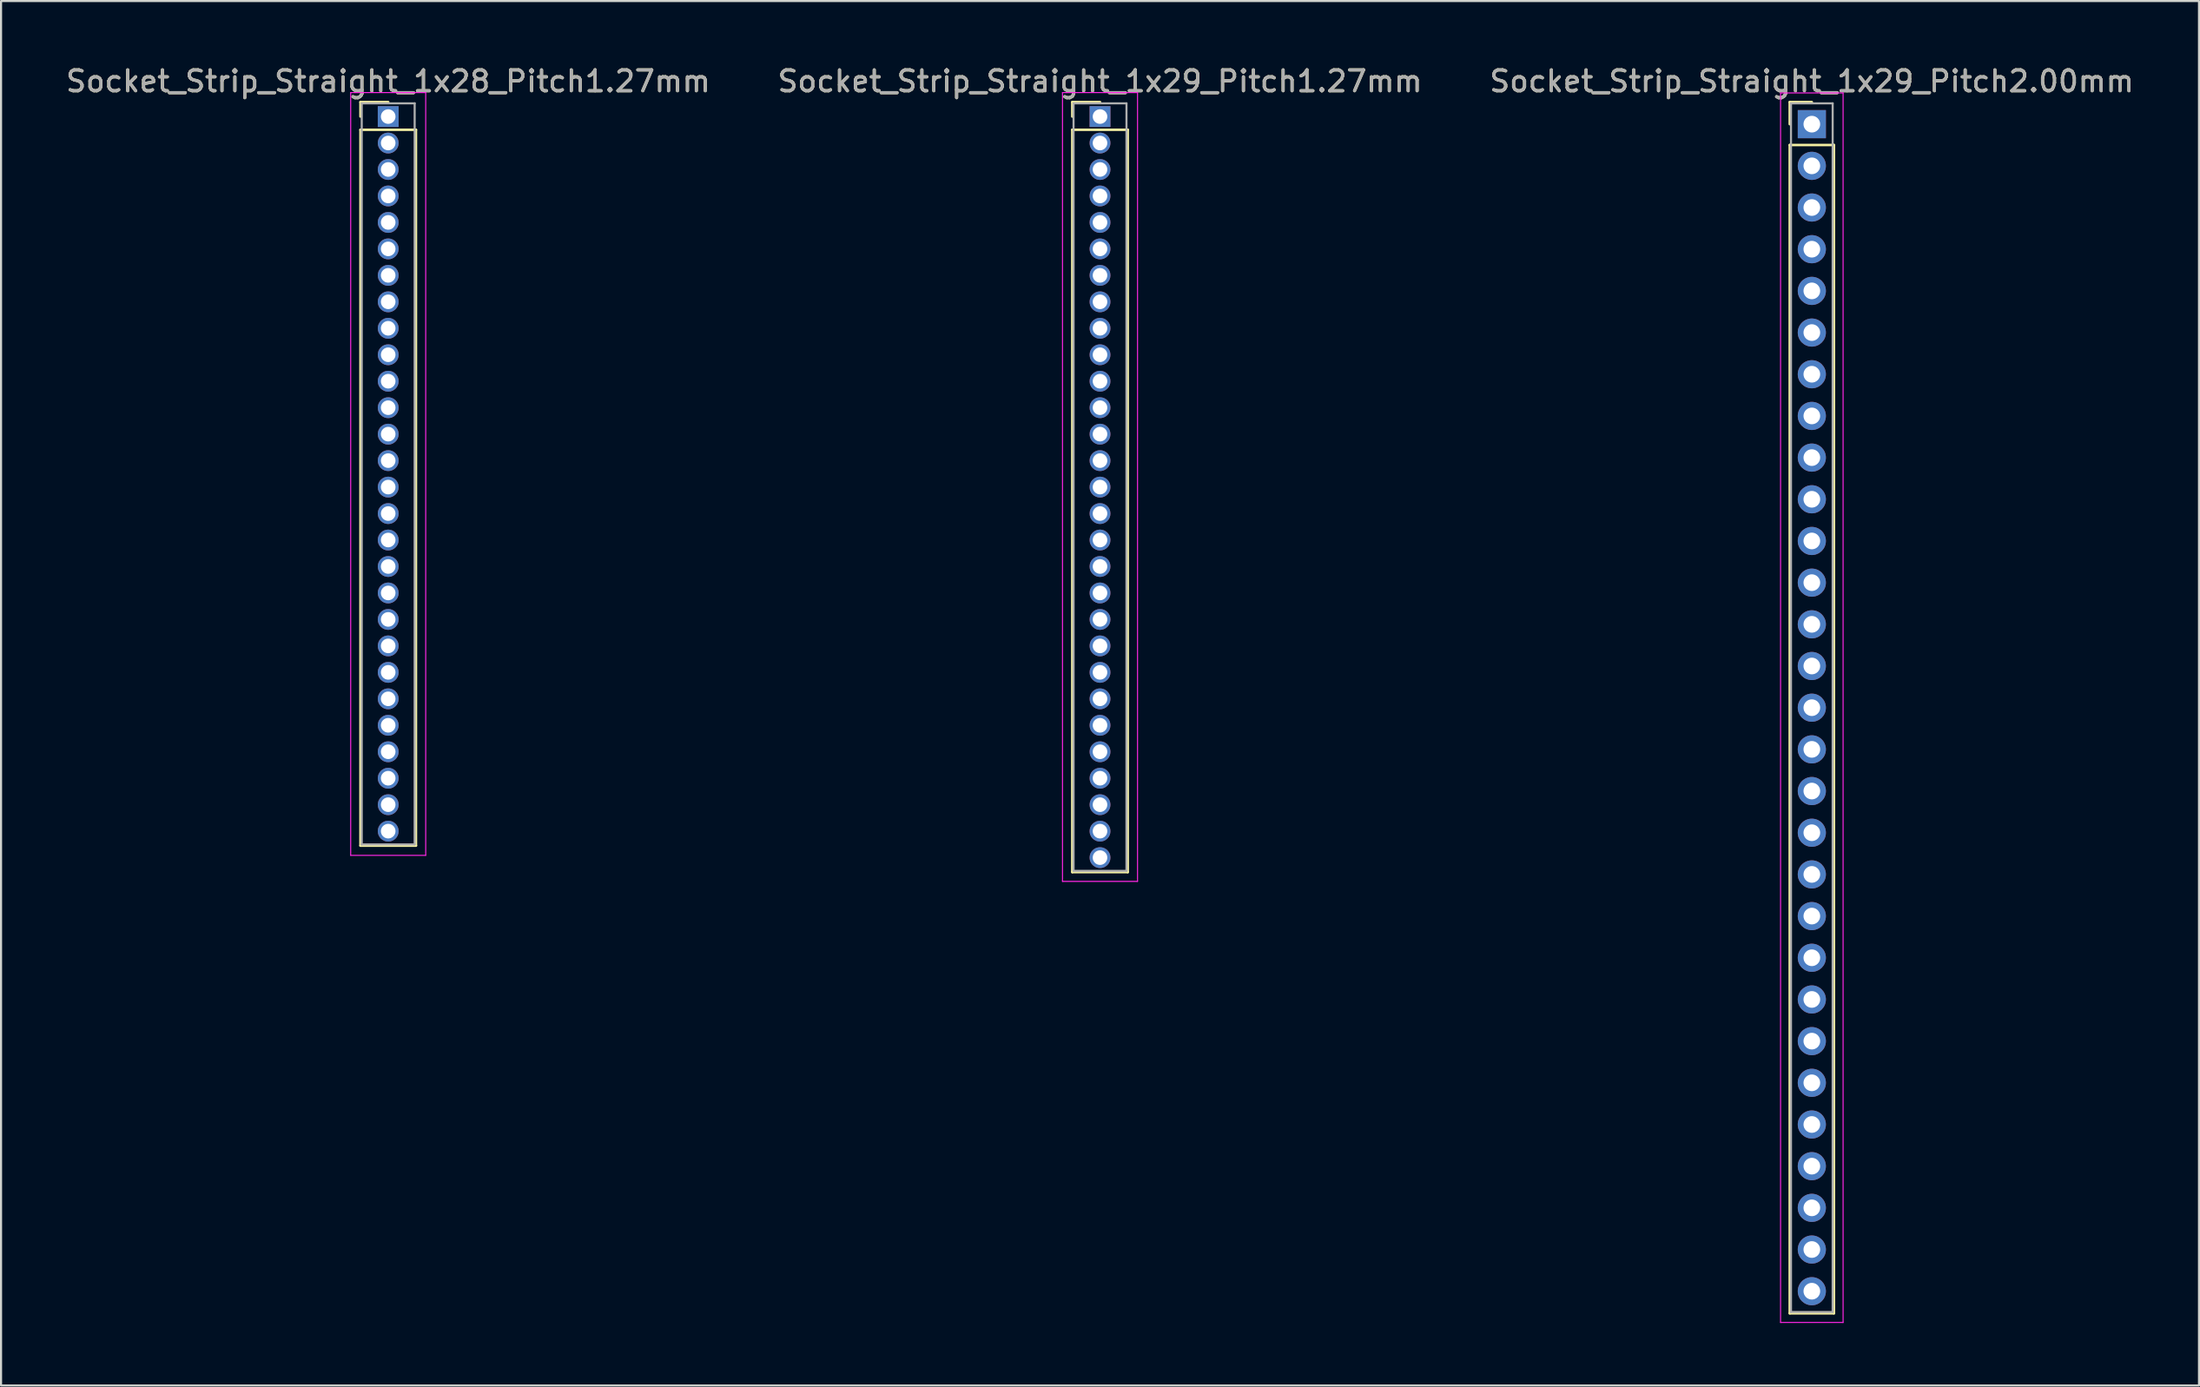
<source format=kicad_pcb>
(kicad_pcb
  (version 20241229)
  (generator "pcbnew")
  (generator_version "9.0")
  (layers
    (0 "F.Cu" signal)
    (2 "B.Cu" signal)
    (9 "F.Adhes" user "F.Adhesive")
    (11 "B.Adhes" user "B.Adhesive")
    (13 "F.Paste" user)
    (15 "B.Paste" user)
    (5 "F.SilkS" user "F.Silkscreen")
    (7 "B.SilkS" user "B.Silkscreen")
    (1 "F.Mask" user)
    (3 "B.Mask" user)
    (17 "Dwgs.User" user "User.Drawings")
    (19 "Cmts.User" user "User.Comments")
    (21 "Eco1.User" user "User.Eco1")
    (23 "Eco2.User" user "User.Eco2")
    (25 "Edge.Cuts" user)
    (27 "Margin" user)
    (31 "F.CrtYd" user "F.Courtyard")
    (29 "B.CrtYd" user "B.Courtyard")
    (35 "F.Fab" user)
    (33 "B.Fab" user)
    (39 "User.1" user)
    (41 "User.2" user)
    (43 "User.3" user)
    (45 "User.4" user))
  (footprint "Socket_Strip_Straight_1x28_Pitch1.27mm"
    (layer "F.Cu")
    (at 15.577 2.543)
    (property "Reference" "Socket_Strip_Straight_1x28_Pitch1.27mm" (at 0 -1.695 0) (layer "F.SilkS") (effects (font (size 1 1) (thickness 0.15))))
    (attr through_hole)
    (fp_line (start -1.33 -0.695) (end 0 -0.695) (stroke (width 0.12) (type solid)) (layer "F.SilkS"))
    (fp_line (start -1.33 0) (end -1.33 -0.695) (stroke (width 0.12) (type solid)) (layer "F.SilkS"))
    (fp_line (start -1.33 0.635) (end -1.33 34.985) (stroke (width 0.12) (type solid)) (layer "F.SilkS"))
    (fp_line (start -1.33 34.985) (end 1.33 34.985) (stroke (width 0.12) (type solid)) (layer "F.SilkS"))
    (fp_line (start 1.33 0.635) (end -1.33 0.635) (stroke (width 0.12) (type solid)) (layer "F.SilkS"))
    (fp_line (start 1.33 34.985) (end 1.33 0.635) (stroke (width 0.12) (type solid)) (layer "F.SilkS"))
    (fp_line (start -1.8 -1.15) (end -1.8 35.45) (stroke (width 0.05) (type solid)) (layer "F.CrtYd"))
    (fp_line (start -1.8 35.45) (end 1.8 35.45) (stroke (width 0.05) (type solid)) (layer "F.CrtYd"))
    (fp_line (start 1.8 -1.15) (end -1.8 -1.15) (stroke (width 0.05) (type solid)) (layer "F.CrtYd"))
    (fp_line (start 1.8 35.45) (end 1.8 -1.15) (stroke (width 0.05) (type solid)) (layer "F.CrtYd"))
    (fp_line (start -1.27 -0.635) (end -1.27 34.925) (stroke (width 0.1) (type solid)) (layer "F.Fab"))
    (fp_line (start -1.27 34.925) (end 1.27 34.925) (stroke (width 0.1) (type solid)) (layer "F.Fab"))
    (fp_line (start 1.27 -0.635) (end -1.27 -0.635) (stroke (width 0.1) (type solid)) (layer "F.Fab"))
    (fp_line (start 1.27 34.925) (end 1.27 -0.635) (stroke (width 0.1) (type solid)) (layer "F.Fab"))
    (fp_text user "${REFERENCE}" (at 0 -1.695 0) (layer "F.Fab") (effects (font (size 1 1) (thickness 0.15))))
    (pad "1" thru_hole rect (at 0 0) (size 1 1) (drill 0.7) (layers "*.Cu" "*.Mask"))
    (pad "2" thru_hole oval (at 0 1.27) (size 1 1) (drill 0.7) (layers "*.Cu" "*.Mask"))
    (pad "3" thru_hole oval (at 0 2.54) (size 1 1) (drill 0.7) (layers "*.Cu" "*.Mask"))
    (pad "4" thru_hole oval (at 0 3.81) (size 1 1) (drill 0.7) (layers "*.Cu" "*.Mask"))
    (pad "5" thru_hole oval (at 0 5.08) (size 1 1) (drill 0.7) (layers "*.Cu" "*.Mask"))
    (pad "6" thru_hole oval (at 0 6.35) (size 1 1) (drill 0.7) (layers "*.Cu" "*.Mask"))
    (pad "7" thru_hole oval (at 0 7.62) (size 1 1) (drill 0.7) (layers "*.Cu" "*.Mask"))
    (pad "8" thru_hole oval (at 0 8.89) (size 1 1) (drill 0.7) (layers "*.Cu" "*.Mask"))
    (pad "9" thru_hole oval (at 0 10.16) (size 1 1) (drill 0.7) (layers "*.Cu" "*.Mask"))
    (pad "10" thru_hole oval (at 0 11.43) (size 1 1) (drill 0.7) (layers "*.Cu" "*.Mask"))
    (pad "11" thru_hole oval (at 0 12.7) (size 1 1) (drill 0.7) (layers "*.Cu" "*.Mask"))
    (pad "12" thru_hole oval (at 0 13.97) (size 1 1) (drill 0.7) (layers "*.Cu" "*.Mask"))
    (pad "13" thru_hole oval (at 0 15.24) (size 1 1) (drill 0.7) (layers "*.Cu" "*.Mask"))
    (pad "14" thru_hole oval (at 0 16.51) (size 1 1) (drill 0.7) (layers "*.Cu" "*.Mask"))
    (pad "15" thru_hole oval (at 0 17.78) (size 1 1) (drill 0.7) (layers "*.Cu" "*.Mask"))
    (pad "16" thru_hole oval (at 0 19.05) (size 1 1) (drill 0.7) (layers "*.Cu" "*.Mask"))
    (pad "17" thru_hole oval (at 0 20.32) (size 1 1) (drill 0.7) (layers "*.Cu" "*.Mask"))
    (pad "18" thru_hole oval (at 0 21.59) (size 1 1) (drill 0.7) (layers "*.Cu" "*.Mask"))
    (pad "19" thru_hole oval (at 0 22.86) (size 1 1) (drill 0.7) (layers "*.Cu" "*.Mask"))
    (pad "20" thru_hole oval (at 0 24.13) (size 1 1) (drill 0.7) (layers "*.Cu" "*.Mask"))
    (pad "21" thru_hole oval (at 0 25.4) (size 1 1) (drill 0.7) (layers "*.Cu" "*.Mask"))
    (pad "22" thru_hole oval (at 0 26.67) (size 1 1) (drill 0.7) (layers "*.Cu" "*.Mask"))
    (pad "23" thru_hole oval (at 0 27.94) (size 1 1) (drill 0.7) (layers "*.Cu" "*.Mask"))
    (pad "24" thru_hole oval (at 0 29.21) (size 1 1) (drill 0.7) (layers "*.Cu" "*.Mask"))
    (pad "25" thru_hole oval (at 0 30.48) (size 1 1) (drill 0.7) (layers "*.Cu" "*.Mask"))
    (pad "26" thru_hole oval (at 0 31.75) (size 1 1) (drill 0.7) (layers "*.Cu" "*.Mask"))
    (pad "27" thru_hole oval (at 0 33.02) (size 1 1) (drill 0.7) (layers "*.Cu" "*.Mask"))
    (pad "28" thru_hole oval (at 0 34.29) (size 1 1) (drill 0.7) (layers "*.Cu" "*.Mask")))
  (footprint "Socket_Strip_Straight_1x29_Pitch1.27mm"
    (layer "F.Cu")
    (at 49.732 2.543)
    (property "Reference" "Socket_Strip_Straight_1x29_Pitch1.27mm" (at 0 -1.695 0) (layer "F.SilkS") (effects (font (size 1 1) (thickness 0.15))))
    (attr through_hole)
    (fp_line (start -1.33 -0.695) (end 0 -0.695) (stroke (width 0.12) (type solid)) (layer "F.SilkS"))
    (fp_line (start -1.33 0) (end -1.33 -0.695) (stroke (width 0.12) (type solid)) (layer "F.SilkS"))
    (fp_line (start -1.33 0.635) (end -1.33 36.255) (stroke (width 0.12) (type solid)) (layer "F.SilkS"))
    (fp_line (start -1.33 36.255) (end 1.33 36.255) (stroke (width 0.12) (type solid)) (layer "F.SilkS"))
    (fp_line (start 1.33 0.635) (end -1.33 0.635) (stroke (width 0.12) (type solid)) (layer "F.SilkS"))
    (fp_line (start 1.33 36.255) (end 1.33 0.635) (stroke (width 0.12) (type solid)) (layer "F.SilkS"))
    (fp_line (start -1.8 -1.15) (end -1.8 36.7) (stroke (width 0.05) (type solid)) (layer "F.CrtYd"))
    (fp_line (start -1.8 36.7) (end 1.8 36.7) (stroke (width 0.05) (type solid)) (layer "F.CrtYd"))
    (fp_line (start 1.8 -1.15) (end -1.8 -1.15) (stroke (width 0.05) (type solid)) (layer "F.CrtYd"))
    (fp_line (start 1.8 36.7) (end 1.8 -1.15) (stroke (width 0.05) (type solid)) (layer "F.CrtYd"))
    (fp_line (start -1.27 -0.635) (end -1.27 36.195) (stroke (width 0.1) (type solid)) (layer "F.Fab"))
    (fp_line (start -1.27 36.195) (end 1.27 36.195) (stroke (width 0.1) (type solid)) (layer "F.Fab"))
    (fp_line (start 1.27 -0.635) (end -1.27 -0.635) (stroke (width 0.1) (type solid)) (layer "F.Fab"))
    (fp_line (start 1.27 36.195) (end 1.27 -0.635) (stroke (width 0.1) (type solid)) (layer "F.Fab"))
    (fp_text user "${REFERENCE}" (at 0 -1.695 0) (layer "F.Fab") (effects (font (size 1 1) (thickness 0.15))))
    (pad "1" thru_hole rect (at 0 0) (size 1 1) (drill 0.7) (layers "*.Cu" "*.Mask"))
    (pad "2" thru_hole oval (at 0 1.27) (size 1 1) (drill 0.7) (layers "*.Cu" "*.Mask"))
    (pad "3" thru_hole oval (at 0 2.54) (size 1 1) (drill 0.7) (layers "*.Cu" "*.Mask"))
    (pad "4" thru_hole oval (at 0 3.81) (size 1 1) (drill 0.7) (layers "*.Cu" "*.Mask"))
    (pad "5" thru_hole oval (at 0 5.08) (size 1 1) (drill 0.7) (layers "*.Cu" "*.Mask"))
    (pad "6" thru_hole oval (at 0 6.35) (size 1 1) (drill 0.7) (layers "*.Cu" "*.Mask"))
    (pad "7" thru_hole oval (at 0 7.62) (size 1 1) (drill 0.7) (layers "*.Cu" "*.Mask"))
    (pad "8" thru_hole oval (at 0 8.89) (size 1 1) (drill 0.7) (layers "*.Cu" "*.Mask"))
    (pad "9" thru_hole oval (at 0 10.16) (size 1 1) (drill 0.7) (layers "*.Cu" "*.Mask"))
    (pad "10" thru_hole oval (at 0 11.43) (size 1 1) (drill 0.7) (layers "*.Cu" "*.Mask"))
    (pad "11" thru_hole oval (at 0 12.7) (size 1 1) (drill 0.7) (layers "*.Cu" "*.Mask"))
    (pad "12" thru_hole oval (at 0 13.97) (size 1 1) (drill 0.7) (layers "*.Cu" "*.Mask"))
    (pad "13" thru_hole oval (at 0 15.24) (size 1 1) (drill 0.7) (layers "*.Cu" "*.Mask"))
    (pad "14" thru_hole oval (at 0 16.51) (size 1 1) (drill 0.7) (layers "*.Cu" "*.Mask"))
    (pad "15" thru_hole oval (at 0 17.78) (size 1 1) (drill 0.7) (layers "*.Cu" "*.Mask"))
    (pad "16" thru_hole oval (at 0 19.05) (size 1 1) (drill 0.7) (layers "*.Cu" "*.Mask"))
    (pad "17" thru_hole oval (at 0 20.32) (size 1 1) (drill 0.7) (layers "*.Cu" "*.Mask"))
    (pad "18" thru_hole oval (at 0 21.59) (size 1 1) (drill 0.7) (layers "*.Cu" "*.Mask"))
    (pad "19" thru_hole oval (at 0 22.86) (size 1 1) (drill 0.7) (layers "*.Cu" "*.Mask"))
    (pad "20" thru_hole oval (at 0 24.13) (size 1 1) (drill 0.7) (layers "*.Cu" "*.Mask"))
    (pad "21" thru_hole oval (at 0 25.4) (size 1 1) (drill 0.7) (layers "*.Cu" "*.Mask"))
    (pad "22" thru_hole oval (at 0 26.67) (size 1 1) (drill 0.7) (layers "*.Cu" "*.Mask"))
    (pad "23" thru_hole oval (at 0 27.94) (size 1 1) (drill 0.7) (layers "*.Cu" "*.Mask"))
    (pad "24" thru_hole oval (at 0 29.21) (size 1 1) (drill 0.7) (layers "*.Cu" "*.Mask"))
    (pad "25" thru_hole oval (at 0 30.48) (size 1 1) (drill 0.7) (layers "*.Cu" "*.Mask"))
    (pad "26" thru_hole oval (at 0 31.75) (size 1 1) (drill 0.7) (layers "*.Cu" "*.Mask"))
    (pad "27" thru_hole oval (at 0 33.02) (size 1 1) (drill 0.7) (layers "*.Cu" "*.Mask"))
    (pad "28" thru_hole oval (at 0 34.29) (size 1 1) (drill 0.7) (layers "*.Cu" "*.Mask"))
    (pad "29" thru_hole oval (at 0 35.56) (size 1 1) (drill 0.7) (layers "*.Cu" "*.Mask")))
  (footprint "Socket_Strip_Straight_1x29_Pitch2.00mm"
    (layer "F.Cu")
    (at 83.887 2.908)
    (property "Reference" "Socket_Strip_Straight_1x29_Pitch2.00mm" (at 0 -2.06 0) (layer "F.SilkS") (effects (font (size 1 1) (thickness 0.15))))
    (attr through_hole)
    (fp_line (start -1.06 -1.06) (end 0 -1.06) (stroke (width 0.12) (type solid)) (layer "F.SilkS"))
    (fp_line (start -1.06 0) (end -1.06 -1.06) (stroke (width 0.12) (type solid)) (layer "F.SilkS"))
    (fp_line (start -1.06 1) (end -1.06 57.06) (stroke (width 0.12) (type solid)) (layer "F.SilkS"))
    (fp_line (start -1.06 57.06) (end 1.06 57.06) (stroke (width 0.12) (type solid)) (layer "F.SilkS"))
    (fp_line (start 1.06 1) (end -1.06 1) (stroke (width 0.12) (type solid)) (layer "F.SilkS"))
    (fp_line (start 1.06 57.06) (end 1.06 1) (stroke (width 0.12) (type solid)) (layer "F.SilkS"))
    (fp_line (start -1.5 -1.5) (end -1.5 57.5) (stroke (width 0.05) (type solid)) (layer "F.CrtYd"))
    (fp_line (start -1.5 57.5) (end 1.5 57.5) (stroke (width 0.05) (type solid)) (layer "F.CrtYd"))
    (fp_line (start 1.5 -1.5) (end -1.5 -1.5) (stroke (width 0.05) (type solid)) (layer "F.CrtYd"))
    (fp_line (start 1.5 57.5) (end 1.5 -1.5) (stroke (width 0.05) (type solid)) (layer "F.CrtYd"))
    (fp_line (start -1 -1) (end -1 57) (stroke (width 0.1) (type solid)) (layer "F.Fab"))
    (fp_line (start -1 57) (end 1 57) (stroke (width 0.1) (type solid)) (layer "F.Fab"))
    (fp_line (start 1 -1) (end -1 -1) (stroke (width 0.1) (type solid)) (layer "F.Fab"))
    (fp_line (start 1 57) (end 1 -1) (stroke (width 0.1) (type solid)) (layer "F.Fab"))
    (fp_text user "${REFERENCE}" (at 0 -2.06 0) (layer "F.Fab") (effects (font (size 1 1) (thickness 0.15))))
    (pad "1" thru_hole rect (at 0 0) (size 1.35 1.35) (drill 0.8) (layers "*.Cu" "*.Mask"))
    (pad "2" thru_hole oval (at 0 2) (size 1.35 1.35) (drill 0.8) (layers "*.Cu" "*.Mask"))
    (pad "3" thru_hole oval (at 0 4) (size 1.35 1.35) (drill 0.8) (layers "*.Cu" "*.Mask"))
    (pad "4" thru_hole oval (at 0 6) (size 1.35 1.35) (drill 0.8) (layers "*.Cu" "*.Mask"))
    (pad "5" thru_hole oval (at 0 8) (size 1.35 1.35) (drill 0.8) (layers "*.Cu" "*.Mask"))
    (pad "6" thru_hole oval (at 0 10) (size 1.35 1.35) (drill 0.8) (layers "*.Cu" "*.Mask"))
    (pad "7" thru_hole oval (at 0 12) (size 1.35 1.35) (drill 0.8) (layers "*.Cu" "*.Mask"))
    (pad "8" thru_hole oval (at 0 14) (size 1.35 1.35) (drill 0.8) (layers "*.Cu" "*.Mask"))
    (pad "9" thru_hole oval (at 0 16) (size 1.35 1.35) (drill 0.8) (layers "*.Cu" "*.Mask"))
    (pad "10" thru_hole oval (at 0 18) (size 1.35 1.35) (drill 0.8) (layers "*.Cu" "*.Mask"))
    (pad "11" thru_hole oval (at 0 20) (size 1.35 1.35) (drill 0.8) (layers "*.Cu" "*.Mask"))
    (pad "12" thru_hole oval (at 0 22) (size 1.35 1.35) (drill 0.8) (layers "*.Cu" "*.Mask"))
    (pad "13" thru_hole oval (at 0 24) (size 1.35 1.35) (drill 0.8) (layers "*.Cu" "*.Mask"))
    (pad "14" thru_hole oval (at 0 26) (size 1.35 1.35) (drill 0.8) (layers "*.Cu" "*.Mask"))
    (pad "15" thru_hole oval (at 0 28) (size 1.35 1.35) (drill 0.8) (layers "*.Cu" "*.Mask"))
    (pad "16" thru_hole oval (at 0 30) (size 1.35 1.35) (drill 0.8) (layers "*.Cu" "*.Mask"))
    (pad "17" thru_hole oval (at 0 32) (size 1.35 1.35) (drill 0.8) (layers "*.Cu" "*.Mask"))
    (pad "18" thru_hole oval (at 0 34) (size 1.35 1.35) (drill 0.8) (layers "*.Cu" "*.Mask"))
    (pad "19" thru_hole oval (at 0 36) (size 1.35 1.35) (drill 0.8) (layers "*.Cu" "*.Mask"))
    (pad "20" thru_hole oval (at 0 38) (size 1.35 1.35) (drill 0.8) (layers "*.Cu" "*.Mask"))
    (pad "21" thru_hole oval (at 0 40) (size 1.35 1.35) (drill 0.8) (layers "*.Cu" "*.Mask"))
    (pad "22" thru_hole oval (at 0 42) (size 1.35 1.35) (drill 0.8) (layers "*.Cu" "*.Mask"))
    (pad "23" thru_hole oval (at 0 44) (size 1.35 1.35) (drill 0.8) (layers "*.Cu" "*.Mask"))
    (pad "24" thru_hole oval (at 0 46) (size 1.35 1.35) (drill 0.8) (layers "*.Cu" "*.Mask"))
    (pad "25" thru_hole oval (at 0 48) (size 1.35 1.35) (drill 0.8) (layers "*.Cu" "*.Mask"))
    (pad "26" thru_hole oval (at 0 50) (size 1.35 1.35) (drill 0.8) (layers "*.Cu" "*.Mask"))
    (pad "27" thru_hole oval (at 0 52) (size 1.35 1.35) (drill 0.8) (layers "*.Cu" "*.Mask"))
    (pad "28" thru_hole oval (at 0 54) (size 1.35 1.35) (drill 0.8) (layers "*.Cu" "*.Mask"))
    (pad "29" thru_hole oval (at 0 56) (size 1.35 1.35) (drill 0.8) (layers "*.Cu" "*.Mask")))
  (gr_rect
    (start -3 -3)
    (end 102.464 63.433)
    (stroke (width 0.1) (type default))
    (fill no)
    (layer "Edge.Cuts")))
</source>
